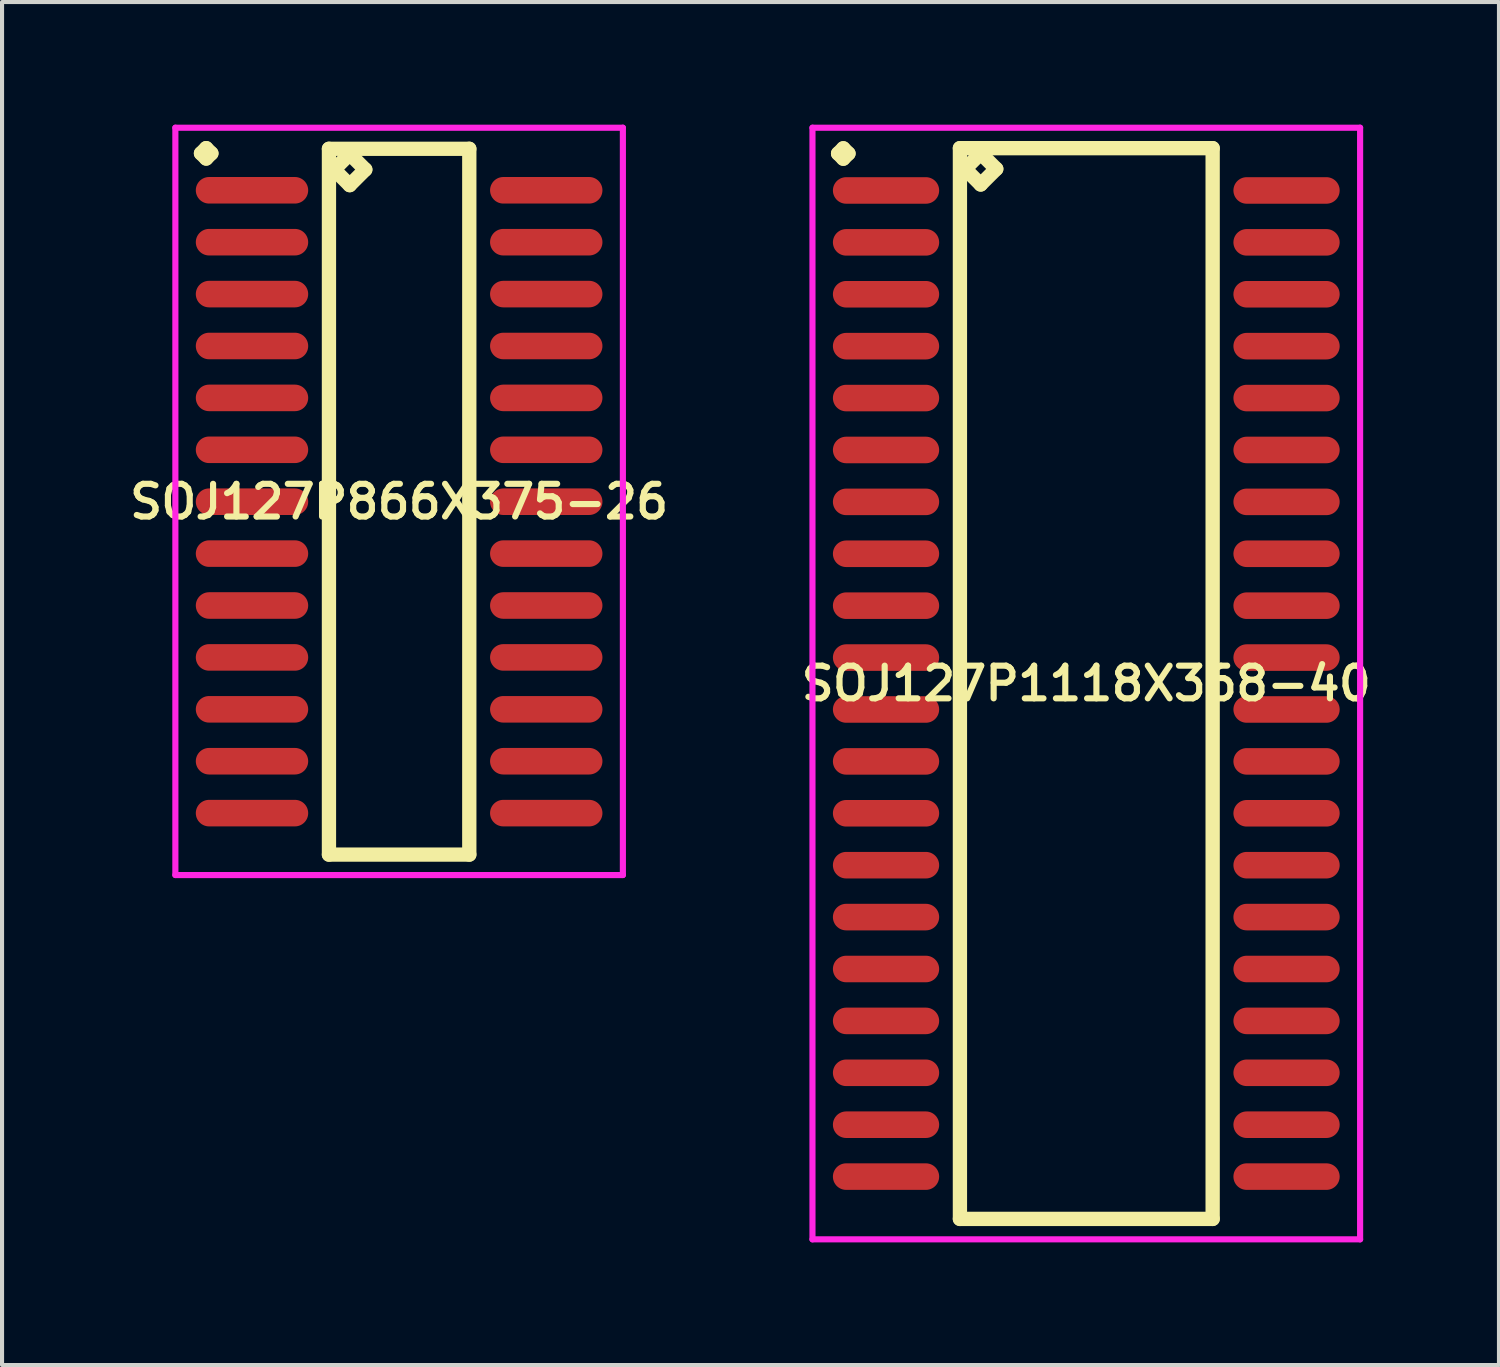
<source format=kicad_pcb>
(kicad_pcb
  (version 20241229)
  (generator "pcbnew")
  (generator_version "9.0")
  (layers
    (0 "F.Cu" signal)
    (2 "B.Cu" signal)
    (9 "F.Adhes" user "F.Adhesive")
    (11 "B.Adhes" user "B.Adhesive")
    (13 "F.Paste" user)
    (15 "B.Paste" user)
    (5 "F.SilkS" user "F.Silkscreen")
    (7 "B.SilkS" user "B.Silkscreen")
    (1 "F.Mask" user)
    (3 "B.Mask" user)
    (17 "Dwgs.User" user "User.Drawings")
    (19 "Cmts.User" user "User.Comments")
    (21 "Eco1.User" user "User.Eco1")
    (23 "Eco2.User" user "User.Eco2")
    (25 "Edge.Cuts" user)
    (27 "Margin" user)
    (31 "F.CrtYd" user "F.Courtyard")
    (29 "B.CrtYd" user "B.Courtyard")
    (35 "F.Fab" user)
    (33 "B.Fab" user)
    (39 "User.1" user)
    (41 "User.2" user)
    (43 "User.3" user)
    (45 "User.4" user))
  (footprint "SOJ127P866X375-26"
    (layer "F.Cu")
    (at 6.716 9.226)
    (property "Reference" "SOJ127P866X375-26" (at 0 0 0) (layer "F.SilkS") (effects (font (size 0.8 0.8) (thickness 0.15))))
    (attr through_hole)
    (fp_line (start -4.848 -8.524) (end -4.721 -8.651) (stroke (width 0.35) (type solid)) (layer "F.SilkS"))
    (fp_line (start -4.721 -8.651) (end -4.594 -8.524) (stroke (width 0.35) (type solid)) (layer "F.SilkS"))
    (fp_line (start -4.721 -8.397) (end -4.848 -8.524) (stroke (width 0.35) (type solid)) (layer "F.SilkS"))
    (fp_line (start -4.594 -8.524) (end -4.721 -8.397) (stroke (width 0.35) (type solid)) (layer "F.SilkS"))
    (fp_line (start -1.717 -8.635) (end -1.717 8.635) (stroke (width 0.35) (type solid)) (layer "F.SilkS"))
    (fp_line (start -1.717 8.635) (end 1.717 8.635) (stroke (width 0.35) (type solid)) (layer "F.SilkS"))
    (fp_line (start -1.59 -8.127) (end -1.209 -8.508) (stroke (width 0.35) (type solid)) (layer "F.SilkS"))
    (fp_line (start -1.209 -8.508) (end -0.828 -8.127) (stroke (width 0.35) (type solid)) (layer "F.SilkS"))
    (fp_line (start -1.209 -7.746) (end -1.59 -8.127) (stroke (width 0.35) (type solid)) (layer "F.SilkS"))
    (fp_line (start -0.828 -8.127) (end -1.209 -7.746) (stroke (width 0.35) (type solid)) (layer "F.SilkS"))
    (fp_line (start 1.717 -8.635) (end -1.717 -8.635) (stroke (width 0.35) (type solid)) (layer "F.SilkS"))
    (fp_line (start 1.717 8.635) (end 1.717 -8.635) (stroke (width 0.35) (type solid)) (layer "F.SilkS"))
    (fp_line (start -5.475 -9.151) (end 5.475 -9.151) (stroke (width 0.15) (type solid)) (layer "F.CrtYd"))
    (fp_line (start -5.475 9.135) (end -5.475 -9.151) (stroke (width 0.15) (type solid)) (layer "F.CrtYd"))
    (fp_line (start 5.475 -9.151) (end 5.475 9.135) (stroke (width 0.15) (type solid)) (layer "F.CrtYd"))
    (fp_line (start 5.475 9.135) (end -5.475 9.135) (stroke (width 0.15) (type solid)) (layer "F.CrtYd"))
    (pad "1" smd oval (at -3.6 -7.62) (size 2.75 0.65) (layers "F.Cu" "F.Mask" "F.Paste"))
    (pad "2" smd oval (at -3.6 -6.35) (size 2.75 0.65) (layers "F.Cu" "F.Mask" "F.Paste"))
    (pad "3" smd oval (at -3.6 -5.08) (size 2.75 0.65) (layers "F.Cu" "F.Mask" "F.Paste"))
    (pad "4" smd oval (at -3.6 -3.81) (size 2.75 0.65) (layers "F.Cu" "F.Mask" "F.Paste"))
    (pad "5" smd oval (at -3.6 -2.54) (size 2.75 0.65) (layers "F.Cu" "F.Mask" "F.Paste"))
    (pad "6" smd oval (at -3.6 -1.27) (size 2.75 0.65) (layers "F.Cu" "F.Mask" "F.Paste"))
    (pad "7" smd oval (at -3.6 0) (size 2.75 0.65) (layers "F.Cu" "F.Mask" "F.Paste"))
    (pad "8" smd oval (at -3.6 1.27) (size 2.75 0.65) (layers "F.Cu" "F.Mask" "F.Paste"))
    (pad "9" smd oval (at -3.6 2.54) (size 2.75 0.65) (layers "F.Cu" "F.Mask" "F.Paste"))
    (pad "10" smd oval (at -3.6 3.81) (size 2.75 0.65) (layers "F.Cu" "F.Mask" "F.Paste"))
    (pad "11" smd oval (at -3.6 5.08) (size 2.75 0.65) (layers "F.Cu" "F.Mask" "F.Paste"))
    (pad "12" smd oval (at -3.6 6.35) (size 2.75 0.65) (layers "F.Cu" "F.Mask" "F.Paste"))
    (pad "13" smd oval (at -3.6 7.62) (size 2.75 0.65) (layers "F.Cu" "F.Mask" "F.Paste"))
    (pad "14" smd oval (at 3.6 7.62) (size 2.75 0.65) (layers "F.Cu" "F.Mask" "F.Paste"))
    (pad "15" smd oval (at 3.6 6.35) (size 2.75 0.65) (layers "F.Cu" "F.Mask" "F.Paste"))
    (pad "16" smd oval (at 3.6 5.08) (size 2.75 0.65) (layers "F.Cu" "F.Mask" "F.Paste"))
    (pad "17" smd oval (at 3.6 3.81) (size 2.75 0.65) (layers "F.Cu" "F.Mask" "F.Paste"))
    (pad "18" smd oval (at 3.6 2.54) (size 2.75 0.65) (layers "F.Cu" "F.Mask" "F.Paste"))
    (pad "19" smd oval (at 3.6 1.27) (size 2.75 0.65) (layers "F.Cu" "F.Mask" "F.Paste"))
    (pad "20" smd oval (at 3.6 0) (size 2.75 0.65) (layers "F.Cu" "F.Mask" "F.Paste"))
    (pad "21" smd oval (at 3.6 -1.27) (size 2.75 0.65) (layers "F.Cu" "F.Mask" "F.Paste"))
    (pad "22" smd oval (at 3.6 -2.54) (size 2.75 0.65) (layers "F.Cu" "F.Mask" "F.Paste"))
    (pad "23" smd oval (at 3.6 -3.81) (size 2.75 0.65) (layers "F.Cu" "F.Mask" "F.Paste"))
    (pad "24" smd oval (at 3.6 -5.08) (size 2.75 0.65) (layers "F.Cu" "F.Mask" "F.Paste"))
    (pad "25" smd oval (at 3.6 -6.35) (size 2.75 0.65) (layers "F.Cu" "F.Mask" "F.Paste"))
    (pad "26" smd oval (at 3.6 -7.62) (size 2.75 0.65) (layers "F.Cu" "F.Mask" "F.Paste")))
  (footprint "SOJ127P1118X368-40"
    (layer "F.Cu")
    (at 23.53 13.675)
    (property "Reference" "SOJ127P1118X368-40" (at 0 0 0) (layer "F.SilkS") (effects (font (size 0.8 0.8) (thickness 0.15))))
    (attr smd)
    (fp_line (start -6.073 -12.969) (end -5.946 -13.096) (stroke (width 0.35) (type solid)) (layer "F.SilkS"))
    (fp_line (start -5.946 -13.096) (end -5.819 -12.969) (stroke (width 0.35) (type solid)) (layer "F.SilkS"))
    (fp_line (start -5.946 -12.842) (end -6.073 -12.969) (stroke (width 0.35) (type solid)) (layer "F.SilkS"))
    (fp_line (start -5.819 -12.969) (end -5.946 -12.842) (stroke (width 0.35) (type solid)) (layer "F.SilkS"))
    (fp_line (start -3.092 -13.1) (end -3.092 13.1) (stroke (width 0.35) (type solid)) (layer "F.SilkS"))
    (fp_line (start -3.092 13.1) (end 3.092 13.1) (stroke (width 0.35) (type solid)) (layer "F.SilkS"))
    (fp_line (start -2.965 -12.592) (end -2.584 -12.973) (stroke (width 0.35) (type solid)) (layer "F.SilkS"))
    (fp_line (start -2.584 -12.973) (end -2.203 -12.592) (stroke (width 0.35) (type solid)) (layer "F.SilkS"))
    (fp_line (start -2.584 -12.211) (end -2.965 -12.592) (stroke (width 0.35) (type solid)) (layer "F.SilkS"))
    (fp_line (start -2.203 -12.592) (end -2.584 -12.211) (stroke (width 0.35) (type solid)) (layer "F.SilkS"))
    (fp_line (start 3.092 -13.1) (end -3.092 -13.1) (stroke (width 0.35) (type solid)) (layer "F.SilkS"))
    (fp_line (start 3.092 13.1) (end 3.092 -13.1) (stroke (width 0.35) (type solid)) (layer "F.SilkS"))
    (fp_line (start -6.7 -13.6) (end 6.7 -13.6) (stroke (width 0.15) (type solid)) (layer "F.CrtYd"))
    (fp_line (start -6.7 13.6) (end -6.7 -13.6) (stroke (width 0.15) (type solid)) (layer "F.CrtYd"))
    (fp_line (start 6.7 -13.6) (end 6.7 13.6) (stroke (width 0.15) (type solid)) (layer "F.CrtYd"))
    (fp_line (start 6.7 13.6) (end -6.7 13.6) (stroke (width 0.15) (type solid)) (layer "F.CrtYd"))
    (pad "1" smd oval (at -4.9 -12.065) (size 2.6 0.65) (layers "F.Cu" "F.Mask" "F.Paste"))
    (pad "2" smd oval (at -4.9 -10.795) (size 2.6 0.65) (layers "F.Cu" "F.Mask" "F.Paste"))
    (pad "3" smd oval (at -4.9 -9.525) (size 2.6 0.65) (layers "F.Cu" "F.Mask" "F.Paste"))
    (pad "4" smd oval (at -4.9 -8.255) (size 2.6 0.65) (layers "F.Cu" "F.Mask" "F.Paste"))
    (pad "5" smd oval (at -4.9 -6.985) (size 2.6 0.65) (layers "F.Cu" "F.Mask" "F.Paste"))
    (pad "6" smd oval (at -4.9 -5.715) (size 2.6 0.65) (layers "F.Cu" "F.Mask" "F.Paste"))
    (pad "7" smd oval (at -4.9 -4.445) (size 2.6 0.65) (layers "F.Cu" "F.Mask" "F.Paste"))
    (pad "8" smd oval (at -4.9 -3.175) (size 2.6 0.65) (layers "F.Cu" "F.Mask" "F.Paste"))
    (pad "9" smd oval (at -4.9 -1.905) (size 2.6 0.65) (layers "F.Cu" "F.Mask" "F.Paste"))
    (pad "10" smd oval (at -4.9 -0.635) (size 2.6 0.65) (layers "F.Cu" "F.Mask" "F.Paste"))
    (pad "11" smd oval (at -4.9 0.635) (size 2.6 0.65) (layers "F.Cu" "F.Mask" "F.Paste"))
    (pad "12" smd oval (at -4.9 1.905) (size 2.6 0.65) (layers "F.Cu" "F.Mask" "F.Paste"))
    (pad "13" smd oval (at -4.9 3.175) (size 2.6 0.65) (layers "F.Cu" "F.Mask" "F.Paste"))
    (pad "14" smd oval (at -4.9 4.445) (size 2.6 0.65) (layers "F.Cu" "F.Mask" "F.Paste"))
    (pad "15" smd oval (at -4.9 5.715) (size 2.6 0.65) (layers "F.Cu" "F.Mask" "F.Paste"))
    (pad "16" smd oval (at -4.9 6.985) (size 2.6 0.65) (layers "F.Cu" "F.Mask" "F.Paste"))
    (pad "17" smd oval (at -4.9 8.255) (size 2.6 0.65) (layers "F.Cu" "F.Mask" "F.Paste"))
    (pad "18" smd oval (at -4.9 9.525) (size 2.6 0.65) (layers "F.Cu" "F.Mask" "F.Paste"))
    (pad "19" smd oval (at -4.9 10.795) (size 2.6 0.65) (layers "F.Cu" "F.Mask" "F.Paste"))
    (pad "20" smd oval (at -4.9 12.065) (size 2.6 0.65) (layers "F.Cu" "F.Mask" "F.Paste"))
    (pad "21" smd oval (at 4.9 12.065) (size 2.6 0.65) (layers "F.Cu" "F.Mask" "F.Paste"))
    (pad "22" smd oval (at 4.9 10.795) (size 2.6 0.65) (layers "F.Cu" "F.Mask" "F.Paste"))
    (pad "23" smd oval (at 4.9 9.525) (size 2.6 0.65) (layers "F.Cu" "F.Mask" "F.Paste"))
    (pad "24" smd oval (at 4.9 8.255) (size 2.6 0.65) (layers "F.Cu" "F.Mask" "F.Paste"))
    (pad "25" smd oval (at 4.9 6.985) (size 2.6 0.65) (layers "F.Cu" "F.Mask" "F.Paste"))
    (pad "26" smd oval (at 4.9 5.715) (size 2.6 0.65) (layers "F.Cu" "F.Mask" "F.Paste"))
    (pad "27" smd oval (at 4.9 4.445) (size 2.6 0.65) (layers "F.Cu" "F.Mask" "F.Paste"))
    (pad "28" smd oval (at 4.9 3.175) (size 2.6 0.65) (layers "F.Cu" "F.Mask" "F.Paste"))
    (pad "29" smd oval (at 4.9 1.905) (size 2.6 0.65) (layers "F.Cu" "F.Mask" "F.Paste"))
    (pad "30" smd oval (at 4.9 0.635) (size 2.6 0.65) (layers "F.Cu" "F.Mask" "F.Paste"))
    (pad "31" smd oval (at 4.9 -0.635) (size 2.6 0.65) (layers "F.Cu" "F.Mask" "F.Paste"))
    (pad "32" smd oval (at 4.9 -1.905) (size 2.6 0.65) (layers "F.Cu" "F.Mask" "F.Paste"))
    (pad "33" smd oval (at 4.9 -3.175) (size 2.6 0.65) (layers "F.Cu" "F.Mask" "F.Paste"))
    (pad "34" smd oval (at 4.9 -4.445) (size 2.6 0.65) (layers "F.Cu" "F.Mask" "F.Paste"))
    (pad "35" smd oval (at 4.9 -5.715) (size 2.6 0.65) (layers "F.Cu" "F.Mask" "F.Paste"))
    (pad "36" smd oval (at 4.9 -6.985) (size 2.6 0.65) (layers "F.Cu" "F.Mask" "F.Paste"))
    (pad "37" smd oval (at 4.9 -8.255) (size 2.6 0.65) (layers "F.Cu" "F.Mask" "F.Paste"))
    (pad "38" smd oval (at 4.9 -9.525) (size 2.6 0.65) (layers "F.Cu" "F.Mask" "F.Paste"))
    (pad "39" smd oval (at 4.9 -10.795) (size 2.6 0.65) (layers "F.Cu" "F.Mask" "F.Paste"))
    (pad "40" smd oval (at 4.9 -12.065) (size 2.6 0.65) (layers "F.Cu" "F.Mask" "F.Paste")))
  (gr_rect
    (start -3 -3)
    (end 33.628 30.35)
    (stroke (width 0.1) (type default))
    (fill no)
    (layer "Edge.Cuts")))
</source>
